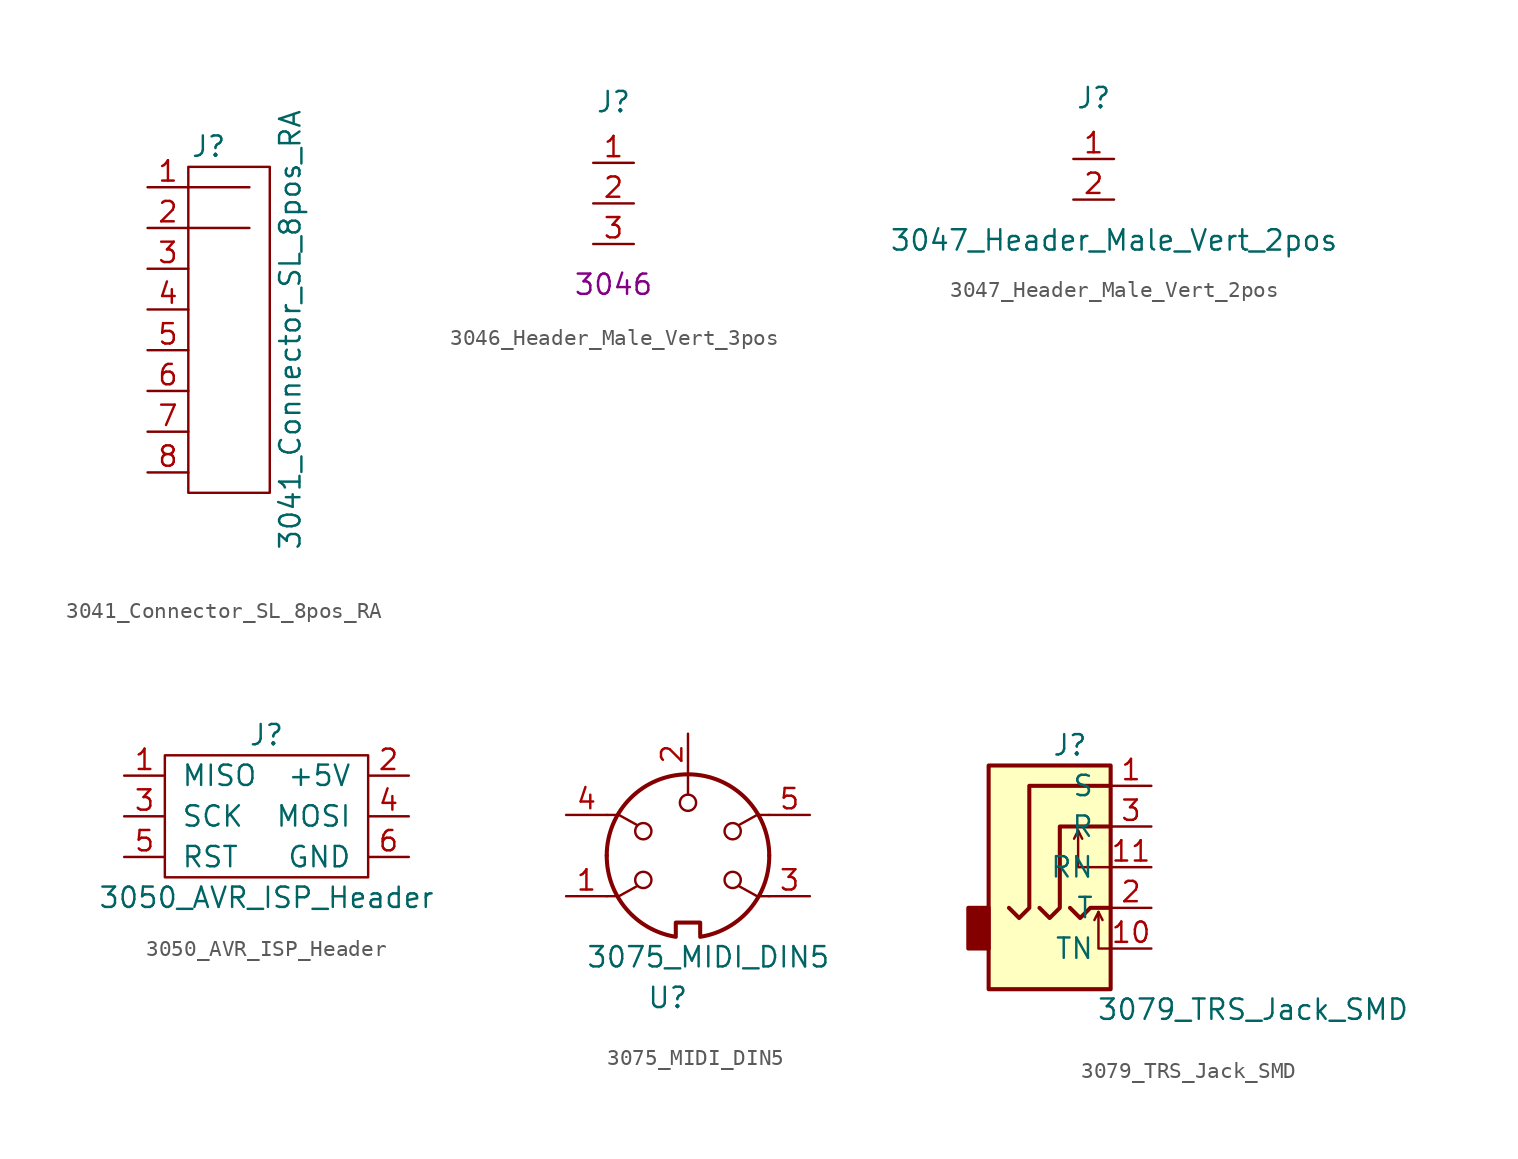
<source format=kicad_sym>
(kicad_symbol_lib
  (version 20211014)
  (generator kicad_symbol_editor)
  (symbol "3041_Connector_SL_8pos_RA"
    (pin_names
      (offset 1.016))
    (property "Reference" "J"
      (at 3.81 11.43 0)
      (effects (font (size 1.27 1.27))))
    (property "Value" "3041_Connector_SL_8pos_RA"
      (at 8.89 0 90)
      (effects (font (size 1.27 1.27))))
    (symbol "3041_Connector_SL_8pos_RA_0_1"
      (polyline (pts (xy 2.54 6.35) (xy 6.35 6.35)) (stroke (width 0) (type default) (color 0 0 0 0)) (fill (type none)))
      (polyline (pts (xy 2.54 8.89) (xy 6.35 8.89)) (stroke (width 0) (type default) (color 0 0 0 0)) (fill (type none)))
      (rectangle (start 2.54 10.16) (end 7.62 -10.16) (stroke (width 0) (type default) (color 0 0 0 0)) (fill (type none))))
    (symbol "3041_Connector_SL_8pos_RA_1_1"
      (pin input line (at 0 8.89 0) (length 2.54) (name "~" (effects (font (size 1.27 1.27)))) (number "1" (effects (font (size 1.27 1.27)))))
      (pin input line (at 0 6.35 0) (length 2.54) (name "~" (effects (font (size 1.27 1.27)))) (number "2" (effects (font (size 1.27 1.27)))))
      (pin input line (at 0 3.81 0) (length 2.54) (name "~" (effects (font (size 1.27 1.27)))) (number "3" (effects (font (size 1.27 1.27)))))
      (pin input line (at 0 1.27 0) (length 2.54) (name "~" (effects (font (size 1.27 1.27)))) (number "4" (effects (font (size 1.27 1.27)))))
      (pin input line (at 0 -1.27 0) (length 2.54) (name "~" (effects (font (size 1.27 1.27)))) (number "5" (effects (font (size 1.27 1.27)))))
      (pin input line (at 0 -3.81 0) (length 2.54) (name "~" (effects (font (size 1.27 1.27)))) (number "6" (effects (font (size 1.27 1.27)))))
      (pin input line (at 0 -6.35 0) (length 2.54) (name "~" (effects (font (size 1.27 1.27)))) (number "7" (effects (font (size 1.27 1.27)))))
      (pin input line (at 0 -8.89 0) (length 2.54) (name "~" (effects (font (size 1.27 1.27)))) (number "8" (effects (font (size 1.27 1.27)))))))
  (symbol "3046_Header_Male_Vert_3pos"
    (pin_names
      (offset 1.016))
    (property "Reference" "J"
      (at 0 6.35 0)
      (effects (font (size 1.27 1.27))))
    (property "SPN" "3046"
      (at 0 -5.08 0)
      (effects (font (size 1.27 1.27))))
    (symbol "3046_Header_Male_Vert_3pos_1_1"
      (pin passive line (at -1.27 2.54 0) (length 2.54) (name "~" (effects (font (size 1.27 1.27)))) (number "1" (effects (font (size 1.27 1.27)))))
      (pin passive line (at -1.27 0 0) (length 2.54) (name "~" (effects (font (size 1.27 1.27)))) (number "2" (effects (font (size 1.27 1.27)))))
      (pin passive line (at -1.27 -2.54 0) (length 2.54) (name "~" (effects (font (size 1.27 1.27)))) (number "3" (effects (font (size 1.27 1.27)))))))
  (symbol "3047_Header_Male_Vert_2pos"
    (pin_names
      (offset 1.016) hide)
    (property "Reference" "J"
      (at 0 5.08 0)
      (effects (font (size 1.27 1.27))))
    (property "Value" "3047_Header_Male_Vert_2pos"
      (at 1.27 -3.81 0)
      (effects (font (size 1.27 1.27))))
    (symbol "3047_Header_Male_Vert_2pos_1_1"
      (pin passive line (at -1.27 1.27 0) (length 2.54) (name "~" (effects (font (size 1.27 1.27)))) (number "1" (effects (font (size 1.27 1.27)))))
      (pin passive line (at -1.27 -1.27 0) (length 2.54) (name "~" (effects (font (size 1.27 1.27)))) (number "2" (effects (font (size 1.27 1.27)))))))
  (symbol "3050_AVR_ISP_Header"
    (pin_names
      (offset 1.016))
    (property "Reference" "J"
      (at 0 5.08 0)
      (effects (font (size 1.27 1.27))))
    (property "Value" "3050_AVR_ISP_Header"
      (at 0 -5.08 0)
      (effects (font (size 1.27 1.27))))
    (symbol "3050_AVR_ISP_Header_0_1"
      (rectangle (start -6.35 3.81) (end 6.35 -3.81) (stroke (width 0) (type default) (color 0 0 0 0)) (fill (type none))))
    (symbol "3050_AVR_ISP_Header_1_1"
      (pin output line (at -8.89 2.54 0) (length 2.54) (name "MISO" (effects (font (size 1.27 1.27)))) (number "1" (effects (font (size 1.27 1.27)))))
      (pin power_in line (at 8.89 2.54 180) (length 2.54) (name "+5V" (effects (font (size 1.27 1.27)))) (number "2" (effects (font (size 1.27 1.27)))))
      (pin input line (at -8.89 0 0) (length 2.54) (name "SCK" (effects (font (size 1.27 1.27)))) (number "3" (effects (font (size 1.27 1.27)))))
      (pin input line (at 8.89 0 180) (length 2.54) (name "MOSI" (effects (font (size 1.27 1.27)))) (number "4" (effects (font (size 1.27 1.27)))))
      (pin input line (at -8.89 -2.54 0) (length 2.54) (name "RST" (effects (font (size 1.27 1.27)))) (number "5" (effects (font (size 1.27 1.27)))))
      (pin power_in line (at 8.89 -2.54 180) (length 2.54) (name "GND" (effects (font (size 1.27 1.27)))) (number "6" (effects (font (size 1.27 1.27)))))))
  (symbol "3075_MIDI_DIN5"
    (pin_names
      (offset 1.016))
    (property "Reference" "U"
      (at -1.27 -8.89 0)
      (effects (font (size 1.27 1.27))))
    (property "Value" "3075_MIDI_DIN5"
      (at 1.27 -6.35 0)
      (effects (font (size 1.27 1.27))))
    (symbol "3075_MIDI_DIN5_1_1"
      (arc (start -5.08 0) (mid -3.8597 -3.3379) (end -0.762 -5.08) (stroke (width 0.254) (type default) (color 0 0 0 0)) (fill (type none)))
      (circle (center -2.794 -1.524) (radius 0.508) (stroke (width 0) (type default) (color 0 0 0 0)) (fill (type none)))
      (circle (center -2.794 1.524) (radius 0.508) (stroke (width 0) (type default) (color 0 0 0 0)) (fill (type none)))
      (polyline (pts (xy 0 5.08) (xy 0 3.81)) (stroke (width 0) (type default) (color 0 0 0 0)) (fill (type none)))
      (polyline (pts (xy -5.08 -2.54) (xy -4.318 -2.54) (xy -3.175 -1.905)) (stroke (width 0) (type default) (color 0 0 0 0)) (fill (type none)))
      (polyline (pts (xy -5.08 2.54) (xy -4.318 2.54) (xy -3.175 1.905)) (stroke (width 0) (type default) (color 0 0 0 0)) (fill (type none)))
      (polyline (pts (xy 5.08 -2.54) (xy 4.318 -2.54) (xy 3.175 -1.905)) (stroke (width 0) (type default) (color 0 0 0 0)) (fill (type none)))
      (polyline (pts (xy 5.08 2.54) (xy 4.318 2.54) (xy 3.175 1.905)) (stroke (width 0) (type default) (color 0 0 0 0)) (fill (type none)))
      (polyline (pts (xy -0.762 -4.953) (xy -0.762 -4.191) (xy 0.762 -4.191) (xy 0.762 -4.953)) (stroke (width 0.254) (type default) (color 0 0 0 0)) (fill (type none)))
      (circle (center 0 3.302) (radius 0.508) (stroke (width 0) (type default) (color 0 0 0 0)) (fill (type none)))
      (arc (start 0.762 -5.08) (mid 3.8673 -3.3444) (end 5.08 0) (stroke (width 0.254) (type default) (color 0 0 0 0)) (fill (type none)))
      (circle (center 2.794 -1.524) (radius 0.508) (stroke (width 0) (type default) (color 0 0 0 0)) (fill (type none)))
      (circle (center 2.794 1.524) (radius 0.508) (stroke (width 0) (type default) (color 0 0 0 0)) (fill (type none)))
      (arc (start 5.08 0) (mid 0 5.08) (end -5.08 0) (stroke (width 0.254) (type default) (color 0 0 0 0)) (fill (type none)))
      (pin passive line (at -7.62 -2.54 0) (length 2.54) (name "~" (effects (font (size 1.27 1.27)))) (number "1" (effects (font (size 1.27 1.27)))))
      (pin passive line (at 0 7.62 270) (length 2.54) (name "~" (effects (font (size 1.27 1.27)))) (number "2" (effects (font (size 1.27 1.27)))))
      (pin passive line (at 7.62 -2.54 180) (length 2.54) (name "~" (effects (font (size 1.27 1.27)))) (number "3" (effects (font (size 1.27 1.27)))))
      (pin passive line (at -7.62 2.54 0) (length 2.54) (name "~" (effects (font (size 1.27 1.27)))) (number "4" (effects (font (size 1.27 1.27)))))
      (pin passive line (at 7.62 2.54 180) (length 2.54) (name "~" (effects (font (size 1.27 1.27)))) (number "5" (effects (font (size 1.27 1.27)))))))
  (symbol "3079_TRS_Jack_SMD"
    (pin_names
      (offset 1.016))
    (property "Reference" "J"
      (at 1.27 7.62 0)
      (effects (font (size 1.27 1.27))))
    (property "Value" "3079_TRS_Jack_SMD"
      (at 12.7 -8.89 0)
      (effects (font (size 1.27 1.27))))
    (symbol "3079_TRS_Jack_SMD_1_1"
      (rectangle (start -3.81 -2.54) (end -5.08 -5.08) (stroke (width 0.254) (type default) (color 0 0 0 0)) (fill (type outline)))
      (polyline (pts (xy 1.778 2.286) (xy 2.032 1.778)) (stroke (width 0) (type default) (color 0 0 0 0)) (fill (type none)))
      (polyline (pts (xy 3.048 -2.794) (xy 3.302 -3.302)) (stroke (width 0) (type default) (color 0 0 0 0)) (fill (type none)))
      (polyline (pts (xy 1.27 -2.54) (xy 1.905 -3.175) (xy 2.54 -2.54) (xy 3.81 -2.54)) (stroke (width 0.254) (type default) (color 0 0 0 0)) (fill (type none)))
      (polyline (pts (xy 3.81 -5.08) (xy 3.048 -5.08) (xy 3.048 -2.794) (xy 2.794 -3.302)) (stroke (width 0) (type default) (color 0 0 0 0)) (fill (type none)))
      (polyline (pts (xy 3.81 0) (xy 1.778 0) (xy 1.778 2.286) (xy 1.524 1.778)) (stroke (width 0) (type default) (color 0 0 0 0)) (fill (type none)))
      (polyline (pts (xy -0.635 -2.54) (xy 0 -3.175) (xy 0.635 -2.54) (xy 0.635 2.54) (xy 3.81 2.54)) (stroke (width 0.254) (type default) (color 0 0 0 0)) (fill (type none)))
      (polyline (pts (xy 3.81 5.08) (xy -1.27 5.08) (xy -1.27 -2.54) (xy -1.905 -3.175) (xy -2.54 -2.54)) (stroke (width 0.254) (type default) (color 0 0 0 0)) (fill (type none)))
      (rectangle (start 3.81 6.35) (end -3.81 -7.62) (stroke (width 0.254) (type default) (color 0 0 0 0)) (fill (type background)))
      (pin passive line (at 6.35 5.08 180) (length 2.54) (name "S" (effects (font (size 1.27 1.27)))) (number "1" (effects (font (size 1.27 1.27)))))
      (pin passive line (at 6.35 -5.08 180) (length 2.54) (name "TN" (effects (font (size 1.27 1.27)))) (number "10" (effects (font (size 1.27 1.27)))))
      (pin passive line (at 6.35 0 180) (length 2.54) (name "RN" (effects (font (size 1.27 1.27)))) (number "11" (effects (font (size 1.27 1.27)))))
      (pin passive line (at 6.35 -2.54 180) (length 2.54) (name "T" (effects (font (size 1.27 1.27)))) (number "2" (effects (font (size 1.27 1.27)))))
      (pin passive line (at 6.35 2.54 180) (length 2.54) (name "R" (effects (font (size 1.27 1.27)))) (number "3" (effects (font (size 1.27 1.27))))))))
</source>
